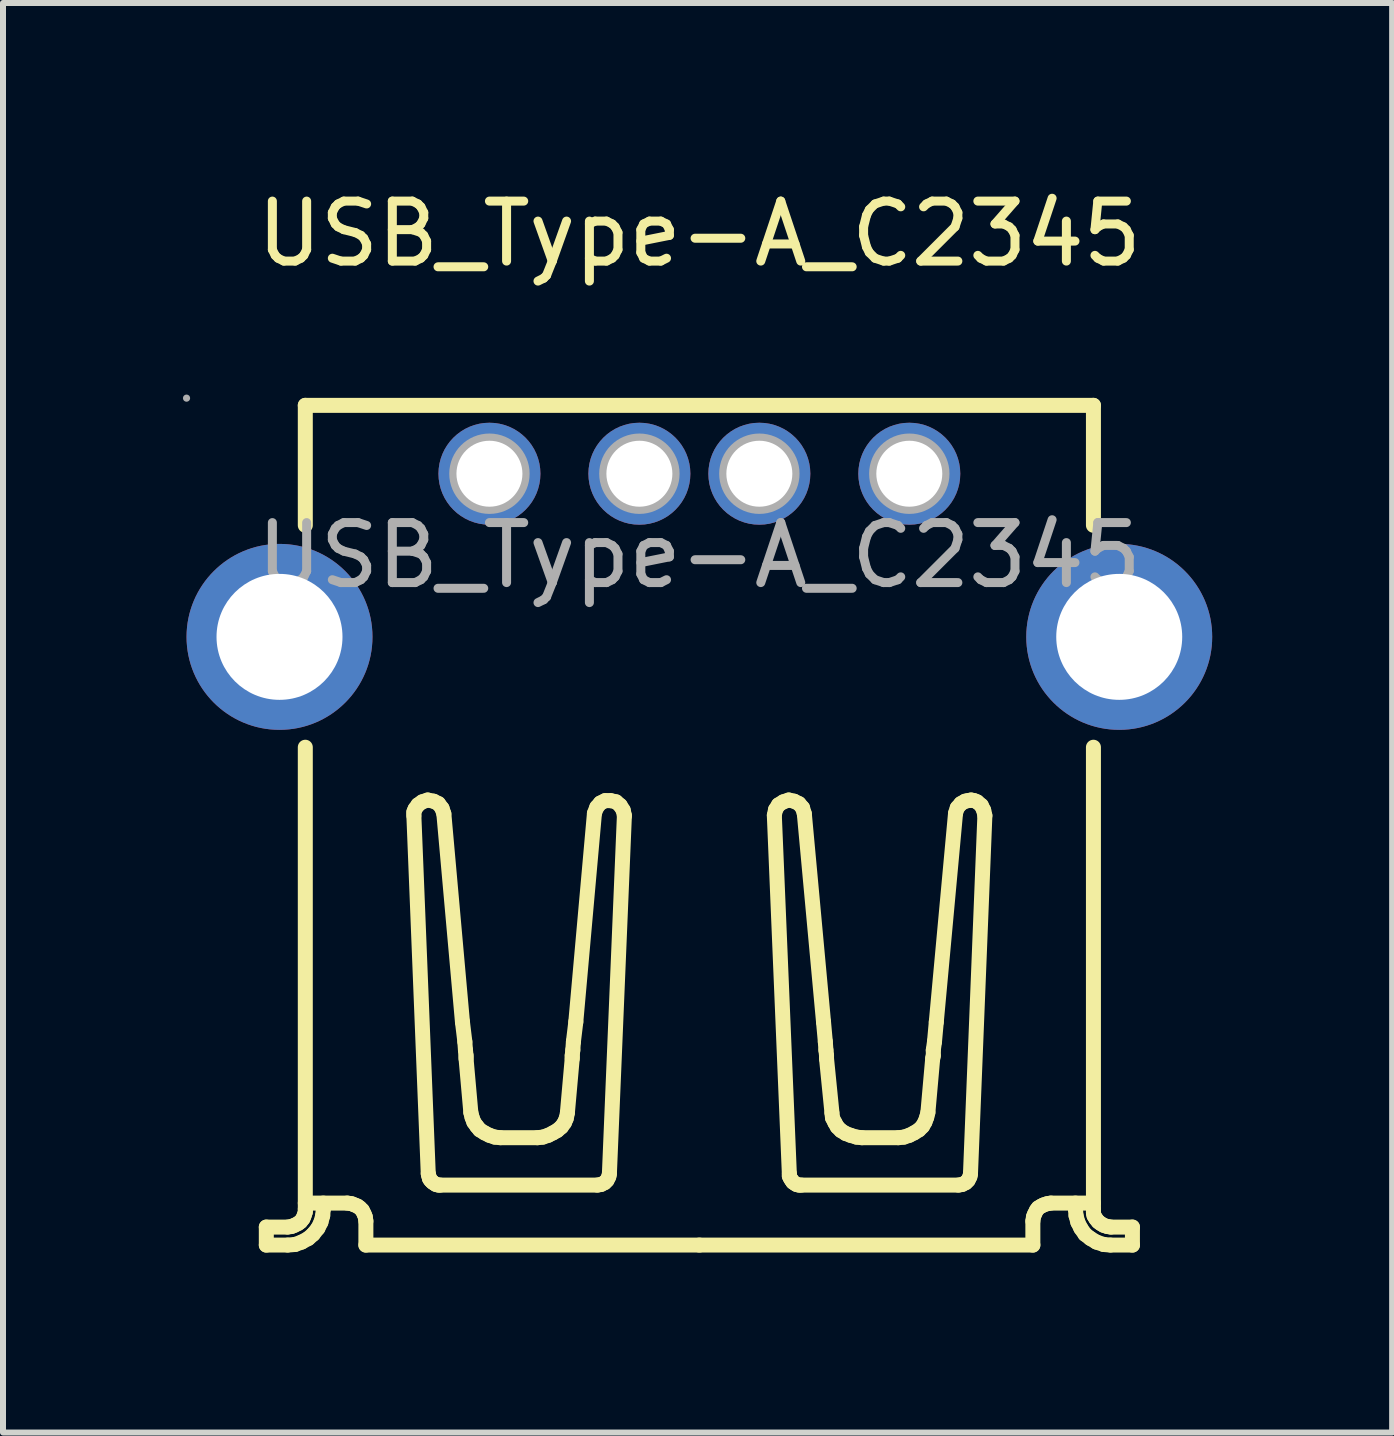
<source format=kicad_pcb>
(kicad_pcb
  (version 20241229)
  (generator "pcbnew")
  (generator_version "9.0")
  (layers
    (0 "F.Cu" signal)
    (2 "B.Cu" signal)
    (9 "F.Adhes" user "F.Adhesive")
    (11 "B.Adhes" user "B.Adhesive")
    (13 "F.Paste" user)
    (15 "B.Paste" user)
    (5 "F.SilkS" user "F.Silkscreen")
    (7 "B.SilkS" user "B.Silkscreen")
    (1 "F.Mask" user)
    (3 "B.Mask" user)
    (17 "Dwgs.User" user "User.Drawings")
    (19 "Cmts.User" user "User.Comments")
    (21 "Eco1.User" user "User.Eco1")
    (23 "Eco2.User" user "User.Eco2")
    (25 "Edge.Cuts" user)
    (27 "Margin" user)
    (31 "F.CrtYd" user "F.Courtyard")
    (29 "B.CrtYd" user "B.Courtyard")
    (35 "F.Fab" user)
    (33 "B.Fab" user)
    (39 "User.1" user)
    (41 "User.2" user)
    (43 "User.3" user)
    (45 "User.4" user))
  (footprint "USB_Type-A_C2345"
    (layer "F.Cu")
    (at 8.61 6.208)
    (property "Reference" "USB_Type-A_C2345" (at 0 -5.36 0) (layer "F.SilkS") (effects (font (size 1 1) (thickness 0.15))))
    (attr through_hole)
    (fp_line (start -7.22 11.2) (end -6.87 11.2) (stroke (width 0.25) (type solid)) (layer "F.SilkS"))
    (fp_line (start -7.22 11.5) (end -7.22 11.2) (stroke (width 0.25) (type solid)) (layer "F.SilkS"))
    (fp_line (start -6.87 11.5) (end -7.22 11.5) (stroke (width 0.25) (type solid)) (layer "F.SilkS"))
    (fp_line (start -6.8 11.19) (end -6.86 11.2) (stroke (width 0.25) (type solid)) (layer "F.SilkS"))
    (fp_line (start -6.75 11.17) (end -6.8 11.19) (stroke (width 0.25) (type solid)) (layer "F.SilkS"))
    (fp_line (start -6.74 11.49) (end -6.86 11.5) (stroke (width 0.25) (type solid)) (layer "F.SilkS"))
    (fp_line (start -6.69 11.14) (end -6.75 11.17) (stroke (width 0.25) (type solid)) (layer "F.SilkS"))
    (fp_line (start -6.65 11.11) (end -6.69 11.14) (stroke (width 0.25) (type solid)) (layer "F.SilkS"))
    (fp_line (start -6.63 11.45) (end -6.74 11.49) (stroke (width 0.25) (type solid)) (layer "F.SilkS"))
    (fp_line (start -6.61 11.06) (end -6.65 11.11) (stroke (width 0.25) (type solid)) (layer "F.SilkS"))
    (fp_line (start -6.59 11.01) (end -6.61 11.06) (stroke (width 0.25) (type solid)) (layer "F.SilkS"))
    (fp_line (start -6.57 -2.5) (end 6.57 -2.5) (stroke (width 0.25) (type solid)) (layer "F.SilkS"))
    (fp_line (start -6.57 -0.5) (end -6.57 -2.5) (stroke (width 0.25) (type solid)) (layer "F.SilkS"))
    (fp_line (start -6.57 10.8) (end -5.87 10.8) (stroke (width 0.25) (type solid)) (layer "F.SilkS"))
    (fp_line (start -6.57 10.9) (end -6.57 3.2) (stroke (width 0.25) (type solid)) (layer "F.SilkS"))
    (fp_line (start -6.57 10.9) (end -6.57 10.95) (stroke (width 0.25) (type solid)) (layer "F.SilkS"))
    (fp_line (start -6.57 10.95) (end -6.59 11.01) (stroke (width 0.25) (type solid)) (layer "F.SilkS"))
    (fp_line (start -6.52 11.39) (end -6.63 11.45) (stroke (width 0.25) (type solid)) (layer "F.SilkS"))
    (fp_line (start -6.44 11.32) (end -6.52 11.39) (stroke (width 0.25) (type solid)) (layer "F.SilkS"))
    (fp_line (start -6.36 11.22) (end -6.44 11.32) (stroke (width 0.25) (type solid)) (layer "F.SilkS"))
    (fp_line (start -6.31 11.12) (end -6.36 11.22) (stroke (width 0.25) (type solid)) (layer "F.SilkS"))
    (fp_line (start -6.28 11.01) (end -6.31 11.12) (stroke (width 0.25) (type solid)) (layer "F.SilkS"))
    (fp_line (start -6.27 10.8) (end -6.27 10.9) (stroke (width 0.25) (type solid)) (layer "F.SilkS"))
    (fp_line (start -6.27 10.9) (end -6.28 11.01) (stroke (width 0.25) (type solid)) (layer "F.SilkS"))
    (fp_line (start -5.87 10.8) (end -5.8 10.81) (stroke (width 0.25) (type solid)) (layer "F.SilkS"))
    (fp_line (start -5.8 10.81) (end -5.75 10.83) (stroke (width 0.25) (type solid)) (layer "F.SilkS"))
    (fp_line (start -5.75 10.83) (end -5.7 10.85) (stroke (width 0.25) (type solid)) (layer "F.SilkS"))
    (fp_line (start -5.7 10.85) (end -5.66 10.88) (stroke (width 0.25) (type solid)) (layer "F.SilkS"))
    (fp_line (start -5.66 10.88) (end -5.62 10.92) (stroke (width 0.25) (type solid)) (layer "F.SilkS"))
    (fp_line (start -5.62 10.92) (end -5.59 10.98) (stroke (width 0.25) (type solid)) (layer "F.SilkS"))
    (fp_line (start -5.59 10.98) (end -5.57 11.03) (stroke (width 0.25) (type solid)) (layer "F.SilkS"))
    (fp_line (start -5.57 11.03) (end -5.56 11.1) (stroke (width 0.25) (type solid)) (layer "F.SilkS"))
    (fp_line (start -5.56 11.5) (end -5.56 11.1) (stroke (width 0.25) (type solid)) (layer "F.SilkS"))
    (fp_line (start -5.56 11.5) (end 0 11.5) (stroke (width 0.25) (type solid)) (layer "F.SilkS"))
    (fp_line (start -4.76 4.28) (end -4.76 4.34) (stroke (width 0.25) (type solid)) (layer "F.SilkS"))
    (fp_line (start -4.76 4.34) (end -4.52 10.31) (stroke (width 0.25) (type solid)) (layer "F.SilkS"))
    (fp_line (start -4.74 4.23) (end -4.76 4.28) (stroke (width 0.25) (type solid)) (layer "F.SilkS"))
    (fp_line (start -4.69 4.16) (end -4.74 4.23) (stroke (width 0.25) (type solid)) (layer "F.SilkS"))
    (fp_line (start -4.62 4.11) (end -4.69 4.16) (stroke (width 0.25) (type solid)) (layer "F.SilkS"))
    (fp_line (start -4.53 4.08) (end -4.62 4.11) (stroke (width 0.25) (type solid)) (layer "F.SilkS"))
    (fp_line (start -4.52 10.31) (end -4.51 10.35) (stroke (width 0.25) (type solid)) (layer "F.SilkS"))
    (fp_line (start -4.51 10.35) (end -4.5 10.39) (stroke (width 0.25) (type solid)) (layer "F.SilkS"))
    (fp_line (start -4.5 10.39) (end -4.48 10.42) (stroke (width 0.25) (type solid)) (layer "F.SilkS"))
    (fp_line (start -4.48 10.42) (end -4.45 10.45) (stroke (width 0.25) (type solid)) (layer "F.SilkS"))
    (fp_line (start -4.45 10.45) (end -4.42 10.47) (stroke (width 0.25) (type solid)) (layer "F.SilkS"))
    (fp_line (start -4.43 4.1) (end -4.53 4.08) (stroke (width 0.25) (type solid)) (layer "F.SilkS"))
    (fp_line (start -4.42 10.47) (end -4.39 10.49) (stroke (width 0.25) (type solid)) (layer "F.SilkS"))
    (fp_line (start -4.39 10.49) (end -4.35 10.5) (stroke (width 0.25) (type solid)) (layer "F.SilkS"))
    (fp_line (start -4.35 4.14) (end -4.43 4.1) (stroke (width 0.25) (type solid)) (layer "F.SilkS"))
    (fp_line (start -4.35 10.5) (end -4.32 10.5) (stroke (width 0.25) (type solid)) (layer "F.SilkS"))
    (fp_line (start -4.31 10.5) (end -1.7 10.5) (stroke (width 0.25) (type solid)) (layer "F.SilkS"))
    (fp_line (start -4.29 4.22) (end -4.35 4.14) (stroke (width 0.25) (type solid)) (layer "F.SilkS"))
    (fp_line (start -4.26 4.31) (end -4.29 4.22) (stroke (width 0.25) (type solid)) (layer "F.SilkS"))
    (fp_line (start -3.95 7.78) (end -4.26 4.31) (stroke (width 0.25) (type solid)) (layer "F.SilkS"))
    (fp_line (start -3.95 7.78) (end -3.91 8.11) (stroke (width 0.25) (type solid)) (layer "F.SilkS"))
    (fp_line (start -3.91 8.11) (end -3.9 8.25) (stroke (width 0.25) (type solid)) (layer "F.SilkS"))
    (fp_line (start -3.89 8.34) (end -3.9 8.25) (stroke (width 0.25) (type solid)) (layer "F.SilkS"))
    (fp_line (start -3.89 8.39) (end -3.89 8.34) (stroke (width 0.25) (type solid)) (layer "F.SilkS"))
    (fp_line (start -3.81 9.29) (end -3.89 8.39) (stroke (width 0.25) (type solid)) (layer "F.SilkS"))
    (fp_line (start -3.81 9.29) (end -3.79 9.37) (stroke (width 0.25) (type solid)) (layer "F.SilkS"))
    (fp_line (start -3.79 9.37) (end -3.76 9.45) (stroke (width 0.25) (type solid)) (layer "F.SilkS"))
    (fp_line (start -3.76 9.45) (end -3.71 9.52) (stroke (width 0.25) (type solid)) (layer "F.SilkS"))
    (fp_line (start -3.71 9.52) (end -3.66 9.58) (stroke (width 0.25) (type solid)) (layer "F.SilkS"))
    (fp_line (start -3.66 9.58) (end -3.58 9.63) (stroke (width 0.25) (type solid)) (layer "F.SilkS"))
    (fp_line (start -3.58 9.63) (end -3.5 9.67) (stroke (width 0.25) (type solid)) (layer "F.SilkS"))
    (fp_line (start -3.5 9.67) (end -3.41 9.7) (stroke (width 0.25) (type solid)) (layer "F.SilkS"))
    (fp_line (start -3.41 9.7) (end -3.32 9.71) (stroke (width 0.25) (type solid)) (layer "F.SilkS"))
    (fp_line (start -2.7 9.71) (end -3.31 9.71) (stroke (width 0.25) (type solid)) (layer "F.SilkS"))
    (fp_line (start -2.7 9.71) (end -2.61 9.7) (stroke (width 0.25) (type solid)) (layer "F.SilkS"))
    (fp_line (start -2.61 9.7) (end -2.52 9.67) (stroke (width 0.25) (type solid)) (layer "F.SilkS"))
    (fp_line (start -2.52 9.67) (end -2.44 9.63) (stroke (width 0.25) (type solid)) (layer "F.SilkS"))
    (fp_line (start -2.44 9.63) (end -2.37 9.59) (stroke (width 0.25) (type solid)) (layer "F.SilkS"))
    (fp_line (start -2.37 9.59) (end -2.3 9.53) (stroke (width 0.25) (type solid)) (layer "F.SilkS"))
    (fp_line (start -2.3 9.53) (end -2.25 9.46) (stroke (width 0.25) (type solid)) (layer "F.SilkS"))
    (fp_line (start -2.25 9.46) (end -2.22 9.39) (stroke (width 0.25) (type solid)) (layer "F.SilkS"))
    (fp_line (start -2.22 9.39) (end -2.2 9.3) (stroke (width 0.25) (type solid)) (layer "F.SilkS"))
    (fp_line (start -2.12 8.34) (end -2.11 8.25) (stroke (width 0.25) (type solid)) (layer "F.SilkS"))
    (fp_line (start -2.12 8.39) (end -2.2 9.29) (stroke (width 0.25) (type solid)) (layer "F.SilkS"))
    (fp_line (start -2.12 8.39) (end -2.12 8.34) (stroke (width 0.25) (type solid)) (layer "F.SilkS"))
    (fp_line (start -2.1 8.11) (end -2.11 8.25) (stroke (width 0.25) (type solid)) (layer "F.SilkS"))
    (fp_line (start -2.06 7.78) (end -2.1 8.11) (stroke (width 0.25) (type solid)) (layer "F.SilkS"))
    (fp_line (start -2.06 7.78) (end -1.75 4.31) (stroke (width 0.25) (type solid)) (layer "F.SilkS"))
    (fp_line (start -1.71 4.2) (end -1.75 4.3) (stroke (width 0.25) (type solid)) (layer "F.SilkS"))
    (fp_line (start -1.7 10.5) (end -1.64 10.49) (stroke (width 0.25) (type solid)) (layer "F.SilkS"))
    (fp_line (start -1.65 4.13) (end -1.71 4.2) (stroke (width 0.25) (type solid)) (layer "F.SilkS"))
    (fp_line (start -1.64 10.49) (end -1.58 10.46) (stroke (width 0.25) (type solid)) (layer "F.SilkS"))
    (fp_line (start -1.58 10.46) (end -1.54 10.42) (stroke (width 0.25) (type solid)) (layer "F.SilkS"))
    (fp_line (start -1.57 4.09) (end -1.65 4.13) (stroke (width 0.25) (type solid)) (layer "F.SilkS"))
    (fp_line (start -1.54 10.42) (end -1.51 10.36) (stroke (width 0.25) (type solid)) (layer "F.SilkS"))
    (fp_line (start -1.51 10.36) (end -1.5 10.31) (stroke (width 0.25) (type solid)) (layer "F.SilkS"))
    (fp_line (start -1.5 10.31) (end -1.25 4.34) (stroke (width 0.25) (type solid)) (layer "F.SilkS"))
    (fp_line (start -1.48 4.09) (end -1.57 4.09) (stroke (width 0.25) (type solid)) (layer "F.SilkS"))
    (fp_line (start -1.39 4.11) (end -1.48 4.09) (stroke (width 0.25) (type solid)) (layer "F.SilkS"))
    (fp_line (start -1.32 4.17) (end -1.39 4.11) (stroke (width 0.25) (type solid)) (layer "F.SilkS"))
    (fp_line (start -1.27 4.25) (end -1.32 4.17) (stroke (width 0.25) (type solid)) (layer "F.SilkS"))
    (fp_line (start -1.25 4.34) (end -1.27 4.25) (stroke (width 0.25) (type solid)) (layer "F.SilkS"))
    (fp_line (start 1.27 4.24) (end 1.25 4.33) (stroke (width 0.25) (type solid)) (layer "F.SilkS"))
    (fp_line (start 1.32 4.16) (end 1.27 4.24) (stroke (width 0.25) (type solid)) (layer "F.SilkS"))
    (fp_line (start 1.4 4.11) (end 1.32 4.16) (stroke (width 0.25) (type solid)) (layer "F.SilkS"))
    (fp_line (start 1.49 4.08) (end 1.4 4.11) (stroke (width 0.25) (type solid)) (layer "F.SilkS"))
    (fp_line (start 1.5 10.31) (end 1.25 4.34) (stroke (width 0.25) (type solid)) (layer "F.SilkS"))
    (fp_line (start 1.5 10.31) (end 1.5 10.35) (stroke (width 0.25) (type solid)) (layer "F.SilkS"))
    (fp_line (start 1.5 10.35) (end 1.52 10.39) (stroke (width 0.25) (type solid)) (layer "F.SilkS"))
    (fp_line (start 1.52 10.39) (end 1.54 10.42) (stroke (width 0.25) (type solid)) (layer "F.SilkS"))
    (fp_line (start 1.54 10.42) (end 1.56 10.45) (stroke (width 0.25) (type solid)) (layer "F.SilkS"))
    (fp_line (start 1.56 10.45) (end 1.59 10.47) (stroke (width 0.25) (type solid)) (layer "F.SilkS"))
    (fp_line (start 1.58 4.1) (end 1.49 4.08) (stroke (width 0.25) (type solid)) (layer "F.SilkS"))
    (fp_line (start 1.59 10.47) (end 1.62 10.49) (stroke (width 0.25) (type solid)) (layer "F.SilkS"))
    (fp_line (start 1.62 10.49) (end 1.66 10.5) (stroke (width 0.25) (type solid)) (layer "F.SilkS"))
    (fp_line (start 1.66 4.14) (end 1.58 4.1) (stroke (width 0.25) (type solid)) (layer "F.SilkS"))
    (fp_line (start 1.66 10.5) (end 1.7 10.5) (stroke (width 0.25) (type solid)) (layer "F.SilkS"))
    (fp_line (start 1.72 4.21) (end 1.66 4.14) (stroke (width 0.25) (type solid)) (layer "F.SilkS"))
    (fp_line (start 1.75 4.31) (end 1.72 4.21) (stroke (width 0.25) (type solid)) (layer "F.SilkS"))
    (fp_line (start 2.07 7.78) (end 1.75 4.31) (stroke (width 0.25) (type solid)) (layer "F.SilkS"))
    (fp_line (start 2.07 7.78) (end 2.1 8.11) (stroke (width 0.25) (type solid)) (layer "F.SilkS"))
    (fp_line (start 2.1 8.11) (end 2.11 8.25) (stroke (width 0.25) (type solid)) (layer "F.SilkS"))
    (fp_line (start 2.12 8.34) (end 2.11 8.25) (stroke (width 0.25) (type solid)) (layer "F.SilkS"))
    (fp_line (start 2.12 8.39) (end 2.12 8.34) (stroke (width 0.25) (type solid)) (layer "F.SilkS"))
    (fp_line (start 2.12 8.39) (end 2.21 9.29) (stroke (width 0.25) (type solid)) (layer "F.SilkS"))
    (fp_line (start 2.22 9.38) (end 2.21 9.3) (stroke (width 0.25) (type solid)) (layer "F.SilkS"))
    (fp_line (start 2.26 9.46) (end 2.22 9.38) (stroke (width 0.25) (type solid)) (layer "F.SilkS"))
    (fp_line (start 2.3 9.53) (end 2.26 9.46) (stroke (width 0.25) (type solid)) (layer "F.SilkS"))
    (fp_line (start 2.36 9.59) (end 2.3 9.53) (stroke (width 0.25) (type solid)) (layer "F.SilkS"))
    (fp_line (start 2.44 9.64) (end 2.36 9.59) (stroke (width 0.25) (type solid)) (layer "F.SilkS"))
    (fp_line (start 2.52 9.67) (end 2.44 9.64) (stroke (width 0.25) (type solid)) (layer "F.SilkS"))
    (fp_line (start 2.62 9.7) (end 2.52 9.67) (stroke (width 0.25) (type solid)) (layer "F.SilkS"))
    (fp_line (start 2.71 9.71) (end 2.62 9.7) (stroke (width 0.25) (type solid)) (layer "F.SilkS"))
    (fp_line (start 2.71 9.71) (end 3.31 9.71) (stroke (width 0.25) (type solid)) (layer "F.SilkS"))
    (fp_line (start 3.41 9.7) (end 3.32 9.71) (stroke (width 0.25) (type solid)) (layer "F.SilkS"))
    (fp_line (start 3.5 9.67) (end 3.41 9.7) (stroke (width 0.25) (type solid)) (layer "F.SilkS"))
    (fp_line (start 3.58 9.63) (end 3.5 9.67) (stroke (width 0.25) (type solid)) (layer "F.SilkS"))
    (fp_line (start 3.66 9.58) (end 3.58 9.63) (stroke (width 0.25) (type solid)) (layer "F.SilkS"))
    (fp_line (start 3.72 9.52) (end 3.66 9.58) (stroke (width 0.25) (type solid)) (layer "F.SilkS"))
    (fp_line (start 3.76 9.45) (end 3.72 9.52) (stroke (width 0.25) (type solid)) (layer "F.SilkS"))
    (fp_line (start 3.79 9.37) (end 3.76 9.45) (stroke (width 0.25) (type solid)) (layer "F.SilkS"))
    (fp_line (start 3.81 9.29) (end 3.79 9.37) (stroke (width 0.25) (type solid)) (layer "F.SilkS"))
    (fp_line (start 3.89 8.39) (end 3.81 9.29) (stroke (width 0.25) (type solid)) (layer "F.SilkS"))
    (fp_line (start 3.89 8.39) (end 3.9 8.34) (stroke (width 0.25) (type solid)) (layer "F.SilkS"))
    (fp_line (start 3.9 8.34) (end 3.9 8.25) (stroke (width 0.25) (type solid)) (layer "F.SilkS"))
    (fp_line (start 3.92 8.11) (end 3.9 8.25) (stroke (width 0.25) (type solid)) (layer "F.SilkS"))
    (fp_line (start 3.95 7.78) (end 3.92 8.11) (stroke (width 0.25) (type solid)) (layer "F.SilkS"))
    (fp_line (start 3.95 7.78) (end 4.27 4.31) (stroke (width 0.25) (type solid)) (layer "F.SilkS"))
    (fp_line (start 4.3 4.21) (end 4.27 4.3) (stroke (width 0.25) (type solid)) (layer "F.SilkS"))
    (fp_line (start 4.32 10.5) (end 1.7 10.5) (stroke (width 0.25) (type solid)) (layer "F.SilkS"))
    (fp_line (start 4.32 10.5) (end 4.38 10.49) (stroke (width 0.25) (type solid)) (layer "F.SilkS"))
    (fp_line (start 4.36 4.14) (end 4.3 4.21) (stroke (width 0.25) (type solid)) (layer "F.SilkS"))
    (fp_line (start 4.38 10.49) (end 4.44 10.46) (stroke (width 0.25) (type solid)) (layer "F.SilkS"))
    (fp_line (start 4.43 4.1) (end 4.36 4.14) (stroke (width 0.25) (type solid)) (layer "F.SilkS"))
    (fp_line (start 4.44 10.46) (end 4.48 10.42) (stroke (width 0.25) (type solid)) (layer "F.SilkS"))
    (fp_line (start 4.48 4.09) (end 4.43 4.1) (stroke (width 0.25) (type solid)) (layer "F.SilkS"))
    (fp_line (start 4.48 10.42) (end 4.51 10.36) (stroke (width 0.25) (type solid)) (layer "F.SilkS"))
    (fp_line (start 4.51 10.36) (end 4.52 10.31) (stroke (width 0.25) (type solid)) (layer "F.SilkS"))
    (fp_line (start 4.53 4.08) (end 4.48 4.09) (stroke (width 0.25) (type solid)) (layer "F.SilkS"))
    (fp_line (start 4.58 4.09) (end 4.53 4.08) (stroke (width 0.25) (type solid)) (layer "F.SilkS"))
    (fp_line (start 4.63 4.11) (end 4.58 4.09) (stroke (width 0.25) (type solid)) (layer "F.SilkS"))
    (fp_line (start 4.7 4.17) (end 4.63 4.11) (stroke (width 0.25) (type solid)) (layer "F.SilkS"))
    (fp_line (start 4.74 4.25) (end 4.7 4.17) (stroke (width 0.25) (type solid)) (layer "F.SilkS"))
    (fp_line (start 4.76 4.34) (end 4.52 10.31) (stroke (width 0.25) (type solid)) (layer "F.SilkS"))
    (fp_line (start 4.76 4.34) (end 4.74 4.25) (stroke (width 0.25) (type solid)) (layer "F.SilkS"))
    (fp_line (start 5.56 11.5) (end 0 11.5) (stroke (width 0.25) (type solid)) (layer "F.SilkS"))
    (fp_line (start 5.56 11.5) (end 5.56 11.1) (stroke (width 0.25) (type solid)) (layer "F.SilkS"))
    (fp_line (start 5.57 11.03) (end 5.56 11.1) (stroke (width 0.25) (type solid)) (layer "F.SilkS"))
    (fp_line (start 5.59 10.98) (end 5.57 11.03) (stroke (width 0.25) (type solid)) (layer "F.SilkS"))
    (fp_line (start 5.62 10.92) (end 5.59 10.98) (stroke (width 0.25) (type solid)) (layer "F.SilkS"))
    (fp_line (start 5.65 10.88) (end 5.62 10.92) (stroke (width 0.25) (type solid)) (layer "F.SilkS"))
    (fp_line (start 5.7 10.85) (end 5.65 10.88) (stroke (width 0.25) (type solid)) (layer "F.SilkS"))
    (fp_line (start 5.74 10.83) (end 5.7 10.85) (stroke (width 0.25) (type solid)) (layer "F.SilkS"))
    (fp_line (start 5.8 10.81) (end 5.74 10.83) (stroke (width 0.25) (type solid)) (layer "F.SilkS"))
    (fp_line (start 5.86 10.8) (end 5.8 10.81) (stroke (width 0.25) (type solid)) (layer "F.SilkS"))
    (fp_line (start 6.27 10.8) (end 6.27 10.9) (stroke (width 0.25) (type solid)) (layer "F.SilkS"))
    (fp_line (start 6.27 10.9) (end 6.28 11.01) (stroke (width 0.25) (type solid)) (layer "F.SilkS"))
    (fp_line (start 6.28 11.01) (end 6.31 11.12) (stroke (width 0.25) (type solid)) (layer "F.SilkS"))
    (fp_line (start 6.31 11.12) (end 6.36 11.22) (stroke (width 0.25) (type solid)) (layer "F.SilkS"))
    (fp_line (start 6.36 11.22) (end 6.43 11.32) (stroke (width 0.25) (type solid)) (layer "F.SilkS"))
    (fp_line (start 6.43 11.32) (end 6.52 11.39) (stroke (width 0.25) (type solid)) (layer "F.SilkS"))
    (fp_line (start 6.52 11.39) (end 6.62 11.45) (stroke (width 0.25) (type solid)) (layer "F.SilkS"))
    (fp_line (start 6.57 -0.5) (end 6.57 -2.5) (stroke (width 0.25) (type solid)) (layer "F.SilkS"))
    (fp_line (start 6.57 10.8) (end 5.86 10.8) (stroke (width 0.25) (type solid)) (layer "F.SilkS"))
    (fp_line (start 6.57 10.9) (end 6.57 3.2) (stroke (width 0.25) (type solid)) (layer "F.SilkS"))
    (fp_line (start 6.57 10.9) (end 6.57 10.96) (stroke (width 0.25) (type solid)) (layer "F.SilkS"))
    (fp_line (start 6.57 10.96) (end 6.58 11.01) (stroke (width 0.25) (type solid)) (layer "F.SilkS"))
    (fp_line (start 6.58 11.01) (end 6.61 11.06) (stroke (width 0.25) (type solid)) (layer "F.SilkS"))
    (fp_line (start 6.61 11.06) (end 6.65 11.11) (stroke (width 0.25) (type solid)) (layer "F.SilkS"))
    (fp_line (start 6.62 11.45) (end 6.74 11.49) (stroke (width 0.25) (type solid)) (layer "F.SilkS"))
    (fp_line (start 6.65 11.11) (end 6.69 11.14) (stroke (width 0.25) (type solid)) (layer "F.SilkS"))
    (fp_line (start 6.69 11.14) (end 6.74 11.17) (stroke (width 0.25) (type solid)) (layer "F.SilkS"))
    (fp_line (start 6.74 11.17) (end 6.8 11.19) (stroke (width 0.25) (type solid)) (layer "F.SilkS"))
    (fp_line (start 6.74 11.49) (end 6.85 11.5) (stroke (width 0.25) (type solid)) (layer "F.SilkS"))
    (fp_line (start 6.8 11.19) (end 6.86 11.2) (stroke (width 0.25) (type solid)) (layer "F.SilkS"))
    (fp_line (start 6.86 11.5) (end 7.22 11.5) (stroke (width 0.25) (type solid)) (layer "F.SilkS"))
    (fp_line (start 7.22 11.2) (end 6.86 11.2) (stroke (width 0.25) (type solid)) (layer "F.SilkS"))
    (fp_line (start 7.22 11.5) (end 7.22 11.2) (stroke (width 0.25) (type solid)) (layer "F.SilkS"))
    (fp_circle (center -8.55 -2.62) (end -8.52 -2.62) (stroke (width 0.06) (type solid)) (fill no) (layer "F.Fab"))
    (fp_circle (center -7 1.36) (end -6.52 1.36) (stroke (width 0.95) (type solid)) (fill no) (layer "F.Fab"))
    (fp_circle (center -3.5 -1.36) (end -3.28 -1.36) (stroke (width 0.45) (type solid)) (fill no) (layer "F.Fab"))
    (fp_circle (center -1 -1.36) (end -0.78 -1.36) (stroke (width 0.45) (type solid)) (fill no) (layer "F.Fab"))
    (fp_circle (center 1 -1.36) (end 1.22 -1.36) (stroke (width 0.45) (type solid)) (fill no) (layer "F.Fab"))
    (fp_circle (center 3.5 -1.36) (end 3.72 -1.36) (stroke (width 0.45) (type solid)) (fill no) (layer "F.Fab"))
    (fp_circle (center 7 1.36) (end 7.48 1.36) (stroke (width 0.95) (type solid)) (fill no) (layer "F.Fab"))
    (fp_text user "${REFERENCE}" (at 0 0 0) (layer "F.Fab") (effects (font (size 1 1) (thickness 0.15))))
    (pad "1" thru_hole circle (at -3.5 -1.36 270) (size 1.7 1.7) (drill 1.1) (layers "*.Cu" "*.Paste" "*.Mask"))
    (pad "2" thru_hole circle (at -1 -1.36 270) (size 1.7 1.7) (drill 1.1) (layers "*.Cu" "*.Paste" "*.Mask"))
    (pad "3" thru_hole circle (at 1 -1.36 270) (size 1.7 1.7) (drill 1.1) (layers "*.Cu" "*.Paste" "*.Mask"))
    (pad "4" thru_hole circle (at 3.5 -1.36 270) (size 1.7 1.7) (drill 1.1) (layers "*.Cu" "*.Paste" "*.Mask"))
    (pad "5" thru_hole circle (at -7 1.36 90) (size 3.1 3.1) (drill 2.1) (layers "*.Cu" "*.Paste" "*.Mask"))
    (pad "5" thru_hole circle (at 7 1.36 90) (size 3.1 3.1) (drill 2.1) (layers "*.Cu" "*.Paste" "*.Mask")))
  (gr_rect
    (start -3 -3)
    (end 20.16 20.833)
    (stroke (width 0.1) (type default))
    (fill no)
    (layer "Edge.Cuts")))
</source>
